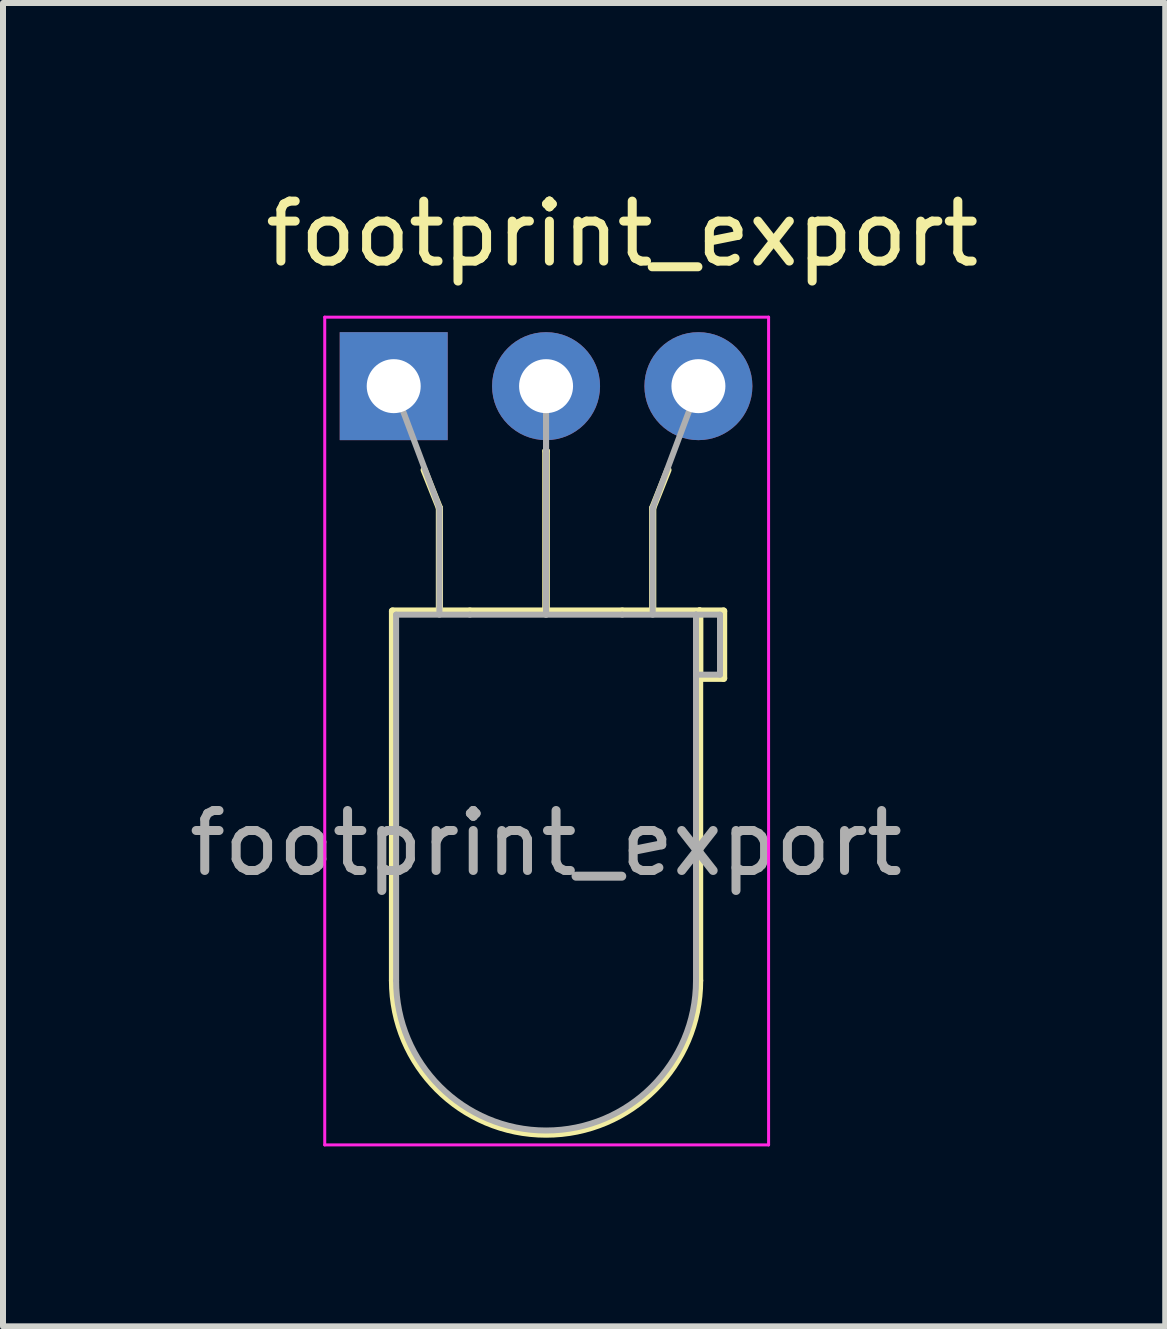
<source format=kicad_pcb>
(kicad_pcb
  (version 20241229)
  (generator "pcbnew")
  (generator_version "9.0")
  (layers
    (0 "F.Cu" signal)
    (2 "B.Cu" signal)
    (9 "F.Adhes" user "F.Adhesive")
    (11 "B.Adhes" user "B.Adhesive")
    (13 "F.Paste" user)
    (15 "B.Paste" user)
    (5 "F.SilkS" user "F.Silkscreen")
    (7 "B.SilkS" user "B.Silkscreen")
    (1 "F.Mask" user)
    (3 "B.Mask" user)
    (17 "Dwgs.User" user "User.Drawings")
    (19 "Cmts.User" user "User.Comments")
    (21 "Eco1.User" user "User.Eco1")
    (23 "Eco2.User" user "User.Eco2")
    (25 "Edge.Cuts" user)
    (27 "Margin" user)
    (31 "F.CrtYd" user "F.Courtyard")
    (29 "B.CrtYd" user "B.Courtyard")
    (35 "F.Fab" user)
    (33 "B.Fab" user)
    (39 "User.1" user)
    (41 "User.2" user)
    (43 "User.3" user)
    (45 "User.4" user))
  (footprint "footprint_export"
    (layer "F.Cu")
    (at 3.514 3.388)
    (property "Reference" "footprint_export" (at 3.81 -2.54 0) (layer "F.SilkS") (effects (font (size 1 1) (thickness 0.15))))
    (attr through_hole)
    (fp_line (start -0.02 3.75) (end -0.02 9.91) (stroke (width 0.12) (type solid)) (layer "F.SilkS"))
    (fp_line (start -0.02 3.75) (end 5.1 3.75) (stroke (width 0.12) (type solid)) (layer "F.SilkS"))
    (fp_line (start 0.762 2.032) (end 0.508 1.397) (stroke (width 0.12) (type solid)) (layer "F.SilkS"))
    (fp_line (start 0.762 2.032) (end 0.762 3.75) (stroke (width 0.12) (type solid)) (layer "F.SilkS"))
    (fp_line (start 1.27 3.75) (end 1.27 3.75) (stroke (width 0.12) (type solid)) (layer "F.SilkS"))
    (fp_line (start 2.54 1.08) (end 2.54 1.08) (stroke (width 0.12) (type solid)) (layer "F.SilkS"))
    (fp_line (start 2.54 1.08) (end 2.54 3.75) (stroke (width 0.12) (type solid)) (layer "F.SilkS"))
    (fp_line (start 2.54 3.75) (end 2.54 1.08) (stroke (width 0.12) (type solid)) (layer "F.SilkS"))
    (fp_line (start 3.81 3.75) (end 3.81 3.75) (stroke (width 0.12) (type solid)) (layer "F.SilkS"))
    (fp_line (start 4.318 2.032) (end 4.572 1.397) (stroke (width 0.12) (type solid)) (layer "F.SilkS"))
    (fp_line (start 4.318 3.75) (end 4.318 2.032) (stroke (width 0.12) (type solid)) (layer "F.SilkS"))
    (fp_line (start 5.1 3.75) (end 5.1 9.91) (stroke (width 0.12) (type solid)) (layer "F.SilkS"))
    (fp_line (start 5.1 3.75) (end 5.5 3.75) (stroke (width 0.12) (type solid)) (layer "F.SilkS"))
    (fp_line (start 5.1 4.87) (end 5.1 3.75) (stroke (width 0.12) (type solid)) (layer "F.SilkS"))
    (fp_line (start 5.5 3.75) (end 5.5 4.87) (stroke (width 0.12) (type solid)) (layer "F.SilkS"))
    (fp_line (start 5.5 4.87) (end 5.1 4.87) (stroke (width 0.12) (type solid)) (layer "F.SilkS"))
    (fp_arc (start 5.1 9.91) (mid 2.54 12.47) (end -0.02 9.91) (stroke (width 0.12) (type solid)) (layer "F.SilkS"))
    (fp_line (start -1.15 -1.15) (end -1.15 12.65) (stroke (width 0.05) (type solid)) (layer "F.CrtYd"))
    (fp_line (start -1.15 12.65) (end 6.25 12.65) (stroke (width 0.05) (type solid)) (layer "F.CrtYd"))
    (fp_line (start 6.25 -1.15) (end -1.15 -1.15) (stroke (width 0.05) (type solid)) (layer "F.CrtYd"))
    (fp_line (start 6.25 12.65) (end 6.25 -1.15) (stroke (width 0.05) (type solid)) (layer "F.CrtYd"))
    (fp_line (start 0.04 3.81) (end 0.04 9.91) (stroke (width 0.1) (type solid)) (layer "F.Fab"))
    (fp_line (start 0.04 3.81) (end 5.04 3.81) (stroke (width 0.1) (type solid)) (layer "F.Fab"))
    (fp_line (start 0.762 2.032) (end 0 0) (stroke (width 0.1) (type solid)) (layer "F.Fab"))
    (fp_line (start 0.762 3.81) (end 0.762 2.032) (stroke (width 0.1) (type solid)) (layer "F.Fab"))
    (fp_line (start 1.27 3.81) (end 1.27 3.81) (stroke (width 0.1) (type solid)) (layer "F.Fab"))
    (fp_line (start 2.54 0) (end 2.54 0) (stroke (width 0.1) (type solid)) (layer "F.Fab"))
    (fp_line (start 2.54 0) (end 2.54 3.81) (stroke (width 0.1) (type solid)) (layer "F.Fab"))
    (fp_line (start 2.54 3.81) (end 2.54 0) (stroke (width 0.1) (type solid)) (layer "F.Fab"))
    (fp_line (start 3.81 3.81) (end 3.81 3.81) (stroke (width 0.1) (type solid)) (layer "F.Fab"))
    (fp_line (start 4.318 2.032) (end 4.318 3.81) (stroke (width 0.1) (type solid)) (layer "F.Fab"))
    (fp_line (start 4.318 2.032) (end 5.08 0) (stroke (width 0.1) (type solid)) (layer "F.Fab"))
    (fp_line (start 5.04 3.81) (end 5.04 9.91) (stroke (width 0.1) (type solid)) (layer "F.Fab"))
    (fp_line (start 5.04 3.81) (end 5.44 3.81) (stroke (width 0.1) (type solid)) (layer "F.Fab"))
    (fp_line (start 5.04 4.81) (end 5.04 3.81) (stroke (width 0.1) (type solid)) (layer "F.Fab"))
    (fp_line (start 5.08 0) (end 5.08 0) (stroke (width 0.1) (type solid)) (layer "F.Fab"))
    (fp_line (start 5.44 3.81) (end 5.44 4.81) (stroke (width 0.1) (type solid)) (layer "F.Fab"))
    (fp_line (start 5.44 4.81) (end 5.04 4.81) (stroke (width 0.1) (type solid)) (layer "F.Fab"))
    (fp_arc (start 5.04 9.91) (mid 2.54 12.41) (end 0.04 9.91) (stroke (width 0.1) (type solid)) (layer "F.Fab"))
    (fp_text user "${REFERENCE}" (at 2.54 7.62 0) (layer "F.Fab") (effects (font (size 1 1) (thickness 0.15))))
    (pad "1" thru_hole rect (at 0 0) (size 1.8 1.8) (drill 0.9) (layers "*.Cu" "*.Mask"))
    (pad "2" thru_hole circle (at 2.54 0) (size 1.8 1.8) (drill 0.9) (layers "*.Cu" "*.Mask"))
    (pad "3" thru_hole circle (at 5.08 0) (size 1.8 1.8) (drill 0.9) (layers "*.Cu" "*.Mask")))
  (gr_rect
    (start -3 -3)
    (end 16.377 19.063)
    (stroke (width 0.1) (type default))
    (fill no)
    (layer "Edge.Cuts")))
</source>
